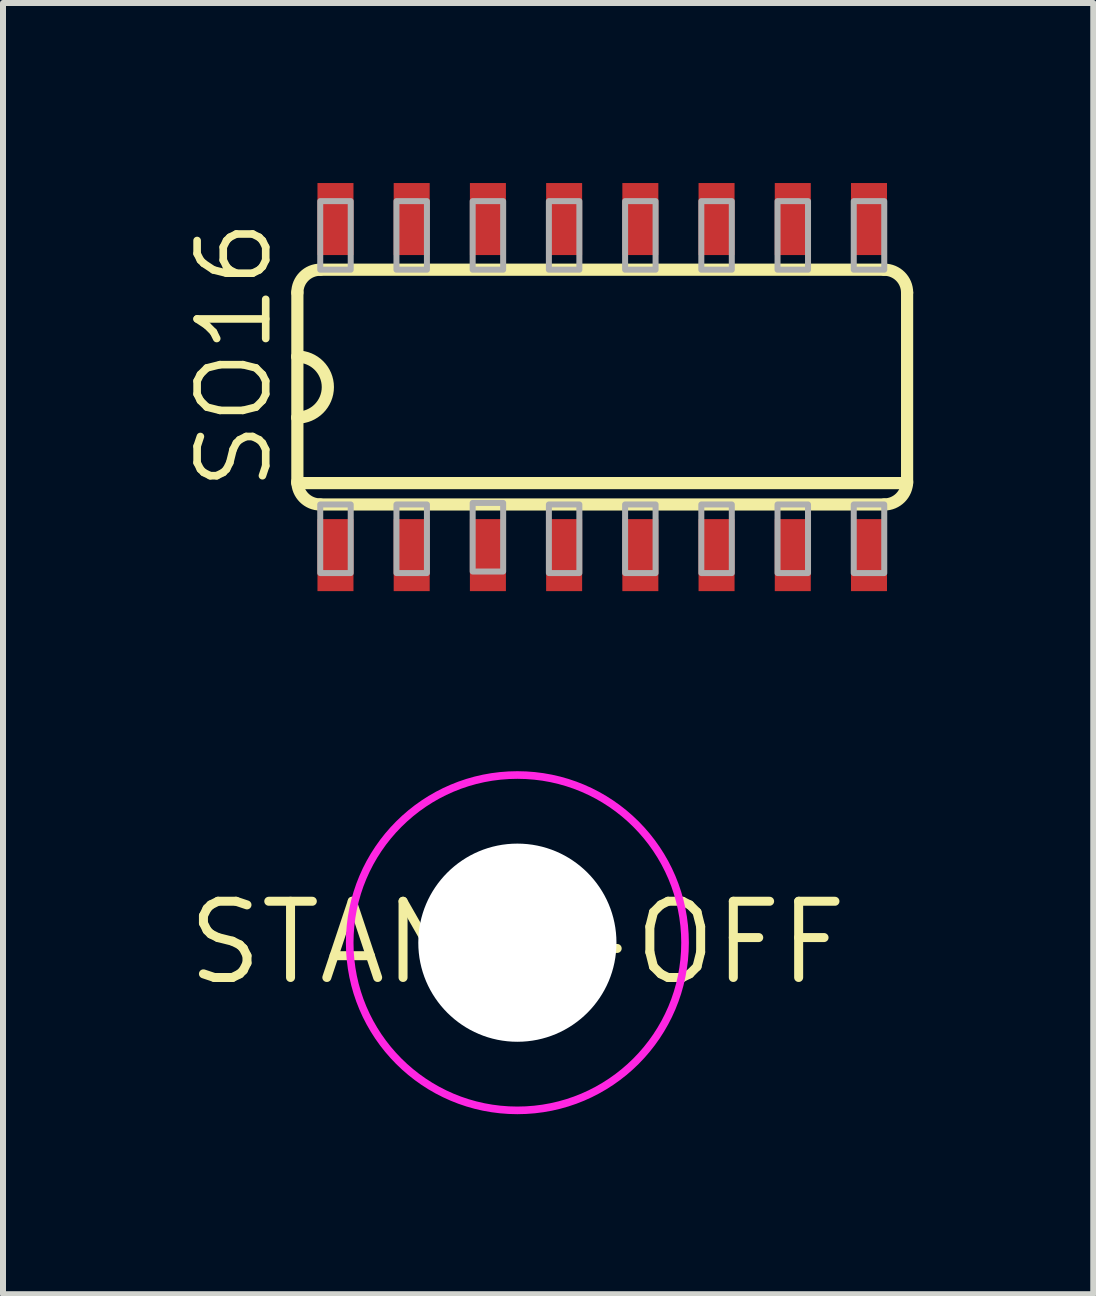
<source format=kicad_pcb>
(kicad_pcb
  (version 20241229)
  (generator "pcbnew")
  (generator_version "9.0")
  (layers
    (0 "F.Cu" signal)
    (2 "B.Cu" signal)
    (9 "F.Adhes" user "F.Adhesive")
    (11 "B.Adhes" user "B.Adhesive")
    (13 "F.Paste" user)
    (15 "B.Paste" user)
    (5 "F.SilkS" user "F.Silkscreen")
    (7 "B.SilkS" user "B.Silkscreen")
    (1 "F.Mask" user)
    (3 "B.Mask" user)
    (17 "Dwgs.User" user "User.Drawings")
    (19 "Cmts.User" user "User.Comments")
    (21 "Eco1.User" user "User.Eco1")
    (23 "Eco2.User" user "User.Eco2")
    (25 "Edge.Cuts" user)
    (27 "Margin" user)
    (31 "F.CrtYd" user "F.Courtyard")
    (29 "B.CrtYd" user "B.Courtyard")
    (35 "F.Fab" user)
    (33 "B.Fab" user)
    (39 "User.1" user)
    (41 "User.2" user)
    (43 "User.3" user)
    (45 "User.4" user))
  (footprint "STAND-OFF"
    (layer "F.Cu")
    (at 5.571 12.658)
    (property "Reference" "STAND-OFF" (at 0 0 0) (unlocked yes) (layer "F.SilkS") (effects (font (size 1.27 1.27) (thickness 0.15))))
    (fp_circle (center 0 0) (end 2.794 0) (stroke (width 0.127) (type solid)) (fill no) (layer "F.CrtYd"))
    (pad "" np_thru_hole circle (at 0 0) (size 3.302 3.302) (drill 3.302) (layers "*.Cu" "*.Mask")))
  (footprint "SO16"
    (layer "F.Cu")
    (at 6.985 3.4)
    (property "Reference" "SO16" (at -5.461 1.778 90) (unlocked yes) (layer "F.SilkS") (effects (font (size 1.143 1.143) (thickness 0.127)) (justify left bottom)))
    (fp_line (start -5.08 -1.575) (end -5.08 -0.508) (stroke (width 0.203) (type solid)) (layer "F.SilkS"))
    (fp_line (start -5.08 -0.508) (end -5.08 0.508) (stroke (width 0.203) (type solid)) (layer "F.SilkS"))
    (fp_line (start -5.08 0.508) (end -5.08 1.575) (stroke (width 0.203) (type solid)) (layer "F.SilkS"))
    (fp_line (start -5.08 1.6) (end 5.08 1.6) (stroke (width 0.203) (type solid)) (layer "F.SilkS"))
    (fp_line (start -4.699 1.956) (end 4.699 1.956) (stroke (width 0.203) (type solid)) (layer "F.SilkS"))
    (fp_line (start 4.699 -1.956) (end -4.699 -1.956) (stroke (width 0.203) (type solid)) (layer "F.SilkS"))
    (fp_line (start 5.08 1.575) (end 5.08 -1.575) (stroke (width 0.203) (type solid)) (layer "F.SilkS"))
    (fp_arc (start -5.08 -1.5748) (mid -4.968408 -1.844208) (end -4.699 -1.9558) (stroke (width 0.2032) (type solid)) (layer "F.SilkS"))
    (fp_arc (start -5.08 -0.508) (mid -4.572 0) (end -5.08 0.508) (stroke (width 0.2032) (type solid)) (layer "F.SilkS"))
    (fp_arc (start -4.699 1.9558) (mid -4.968408 1.844208) (end -5.08 1.5748) (stroke (width 0.2032) (type solid)) (layer "F.SilkS"))
    (fp_arc (start 4.699 -1.9558) (mid 4.968408 -1.844208) (end 5.08 -1.5748) (stroke (width 0.2032) (type solid)) (layer "F.SilkS"))
    (fp_arc (start 5.08 1.5748) (mid 4.968408 1.844208) (end 4.699 1.9558) (stroke (width 0.2032) (type solid)) (layer "F.SilkS"))
    (fp_poly (pts (xy -4.699 -1.956) (xy -4.191 -1.956) (xy -4.191 -3.099) (xy -4.699 -3.099)) (stroke (width 0.1) (type default)) (fill no) (layer "F.Fab"))
    (fp_poly (pts (xy -4.699 3.099) (xy -4.191 3.099) (xy -4.191 1.956) (xy -4.699 1.956)) (stroke (width 0.1) (type default)) (fill no) (layer "F.Fab"))
    (fp_poly (pts (xy -3.429 -1.956) (xy -2.921 -1.956) (xy -2.921 -3.099) (xy -3.429 -3.099)) (stroke (width 0.1) (type default)) (fill no) (layer "F.Fab"))
    (fp_poly (pts (xy -3.429 3.099) (xy -2.921 3.099) (xy -2.921 1.956) (xy -3.429 1.956)) (stroke (width 0.1) (type default)) (fill no) (layer "F.Fab"))
    (fp_poly (pts (xy -2.159 -1.956) (xy -1.651 -1.956) (xy -1.651 -3.099) (xy -2.159 -3.099)) (stroke (width 0.1) (type default)) (fill no) (layer "F.Fab"))
    (fp_poly (pts (xy -2.159 3.073) (xy -1.651 3.073) (xy -1.651 1.93) (xy -2.159 1.93)) (stroke (width 0.1) (type default)) (fill no) (layer "F.Fab"))
    (fp_poly (pts (xy -0.889 -1.956) (xy -0.381 -1.956) (xy -0.381 -3.099) (xy -0.889 -3.099)) (stroke (width 0.1) (type default)) (fill no) (layer "F.Fab"))
    (fp_poly (pts (xy -0.889 3.099) (xy -0.381 3.099) (xy -0.381 1.956) (xy -0.889 1.956)) (stroke (width 0.1) (type default)) (fill no) (layer "F.Fab"))
    (fp_poly (pts (xy 0.381 -1.956) (xy 0.889 -1.956) (xy 0.889 -3.099) (xy 0.381 -3.099)) (stroke (width 0.1) (type default)) (fill no) (layer "F.Fab"))
    (fp_poly (pts (xy 0.381 3.099) (xy 0.889 3.099) (xy 0.889 1.956) (xy 0.381 1.956)) (stroke (width 0.1) (type default)) (fill no) (layer "F.Fab"))
    (fp_poly (pts (xy 1.651 -1.956) (xy 2.159 -1.956) (xy 2.159 -3.099) (xy 1.651 -3.099)) (stroke (width 0.1) (type default)) (fill no) (layer "F.Fab"))
    (fp_poly (pts (xy 1.651 3.099) (xy 2.159 3.099) (xy 2.159 1.956) (xy 1.651 1.956)) (stroke (width 0.1) (type default)) (fill no) (layer "F.Fab"))
    (fp_poly (pts (xy 2.921 -1.956) (xy 3.429 -1.956) (xy 3.429 -3.099) (xy 2.921 -3.099)) (stroke (width 0.1) (type default)) (fill no) (layer "F.Fab"))
    (fp_poly (pts (xy 2.921 3.099) (xy 3.429 3.099) (xy 3.429 1.956) (xy 2.921 1.956)) (stroke (width 0.1) (type default)) (fill no) (layer "F.Fab"))
    (fp_poly (pts (xy 4.191 -1.956) (xy 4.699 -1.956) (xy 4.699 -3.099) (xy 4.191 -3.099)) (stroke (width 0.1) (type default)) (fill no) (layer "F.Fab"))
    (fp_poly (pts (xy 4.191 3.099) (xy 4.699 3.099) (xy 4.699 1.956) (xy 4.191 1.956)) (stroke (width 0.1) (type default)) (fill no) (layer "F.Fab"))
    (pad "1" smd rect (at -4.445 2.8) (size 0.6 1.2) (layers "F.Cu" "F.Mask" "F.Paste"))
    (pad "2" smd rect (at -3.175 2.8) (size 0.6 1.2) (layers "F.Cu" "F.Mask" "F.Paste"))
    (pad "3" smd rect (at -1.905 2.8) (size 0.6 1.2) (layers "F.Cu" "F.Mask" "F.Paste"))
    (pad "4" smd rect (at -0.635 2.8) (size 0.6 1.2) (layers "F.Cu" "F.Mask" "F.Paste"))
    (pad "5" smd rect (at 0.635 2.8) (size 0.6 1.2) (layers "F.Cu" "F.Mask" "F.Paste"))
    (pad "6" smd rect (at 1.905 2.8) (size 0.6 1.2) (layers "F.Cu" "F.Mask" "F.Paste"))
    (pad "7" smd rect (at 3.175 2.8) (size 0.6 1.2) (layers "F.Cu" "F.Mask" "F.Paste"))
    (pad "8" smd rect (at 4.445 2.8) (size 0.6 1.2) (layers "F.Cu" "F.Mask" "F.Paste"))
    (pad "9" smd rect (at 4.445 -2.8) (size 0.6 1.2) (layers "F.Cu" "F.Mask" "F.Paste"))
    (pad "10" smd rect (at 3.175 -2.8) (size 0.6 1.2) (layers "F.Cu" "F.Mask" "F.Paste"))
    (pad "11" smd rect (at 1.905 -2.8) (size 0.6 1.2) (layers "F.Cu" "F.Mask" "F.Paste"))
    (pad "12" smd rect (at 0.635 -2.8) (size 0.6 1.2) (layers "F.Cu" "F.Mask" "F.Paste"))
    (pad "13" smd rect (at -0.635 -2.8) (size 0.6 1.2) (layers "F.Cu" "F.Mask" "F.Paste"))
    (pad "14" smd rect (at -1.905 -2.8) (size 0.6 1.2) (layers "F.Cu" "F.Mask" "F.Paste"))
    (pad "15" smd rect (at -3.175 -2.8) (size 0.6 1.2) (layers "F.Cu" "F.Mask" "F.Paste"))
    (pad "16" smd rect (at -4.445 -2.8) (size 0.6 1.2) (layers "F.Cu" "F.Mask" "F.Paste")))
  (gr_rect
    (start -3 -3)
    (end 15.167 18.515)
    (stroke (width 0.1) (type default))
    (fill no)
    (layer "Edge.Cuts")))
</source>
